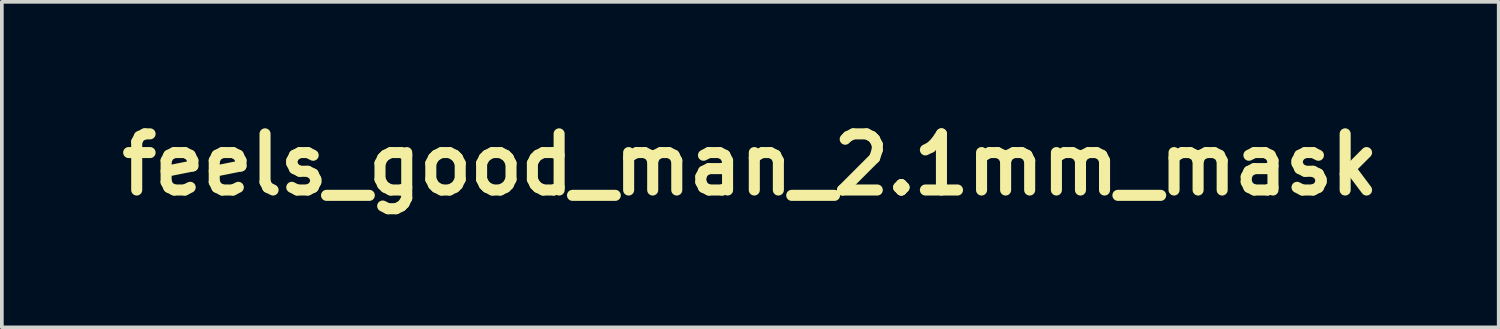
<source format=kicad_pcb>
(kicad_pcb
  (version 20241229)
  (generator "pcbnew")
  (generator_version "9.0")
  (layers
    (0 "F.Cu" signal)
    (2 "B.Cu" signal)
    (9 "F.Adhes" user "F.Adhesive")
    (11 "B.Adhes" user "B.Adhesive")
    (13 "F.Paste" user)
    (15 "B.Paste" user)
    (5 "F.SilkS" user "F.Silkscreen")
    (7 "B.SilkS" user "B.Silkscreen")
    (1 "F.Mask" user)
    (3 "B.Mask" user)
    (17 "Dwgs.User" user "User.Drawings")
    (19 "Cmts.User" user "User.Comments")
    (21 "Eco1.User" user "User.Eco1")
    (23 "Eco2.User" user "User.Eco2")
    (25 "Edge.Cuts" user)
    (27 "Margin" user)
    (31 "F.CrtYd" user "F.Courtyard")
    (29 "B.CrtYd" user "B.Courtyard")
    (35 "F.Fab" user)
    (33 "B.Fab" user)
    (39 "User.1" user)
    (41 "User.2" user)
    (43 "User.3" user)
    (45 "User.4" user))
  (footprint "feels_good_man_2.1mm_mask"
    (layer "F.Cu")
    (at 17.316 1.418)
    (property "Reference" "feels_good_man_2.1mm_mask" (at 0 0 0) (layer "F.SilkS") (effects (font (size 1.524 1.524) (thickness 0.3))))
    (attr board_only exclude_from_pos_files exclude_from_bom)
    (fp_poly (pts (xy 0.228 -0.91) (xy 0.235 -0.907) (xy 0.24 -0.899) (xy 0.243 -0.884) (xy 0.244 -0.858) (xy 0.245 -0.82) (xy 0.245 -0.81) (xy 0.246 -0.765) (xy 0.248 -0.721) (xy 0.251 -0.683) (xy 0.254 -0.665) (xy 0.26 -0.617) (xy 0.262 -0.57) (xy 0.261 -0.519) (xy 0.255 -0.462) (xy 0.244 -0.394) (xy 0.232 -0.332) (xy 0.223 -0.319) (xy 0.207 -0.313) (xy 0.191 -0.316) (xy 0.184 -0.325) (xy 0.183 -0.339) (xy 0.185 -0.363) (xy 0.187 -0.377) (xy 0.197 -0.438) (xy 0.203 -0.494) (xy 0.204 -0.552) (xy 0.202 -0.616) (xy 0.197 -0.682) (xy 0.192 -0.752) (xy 0.19 -0.812) (xy 0.191 -0.858) (xy 0.195 -0.891) (xy 0.202 -0.909) (xy 0.204 -0.911) (xy 0.218 -0.912) (xy 0.228 -0.91)) (stroke (width 0.01) (type solid)) (fill yes) (layer "F.Mask"))
    (fp_poly (pts (xy -0.247 -0.092) (xy -0.246 -0.091) (xy -0.211 -0.064) (xy -0.188 -0.03) (xy -0.178 0.01) (xy -0.18 0.05) (xy -0.197 0.087) (xy -0.199 0.09) (xy -0.232 0.122) (xy -0.274 0.148) (xy -0.319 0.164) (xy -0.327 0.166) (xy -0.351 0.168) (xy -0.368 0.163) (xy -0.388 0.148) (xy -0.39 0.146) (xy -0.405 0.132) (xy -0.414 0.119) (xy -0.418 0.101) (xy -0.421 0.075) (xy -0.422 0.055) (xy -0.373 0.055) (xy -0.372 0.062) (xy -0.362 0.094) (xy -0.344 0.11) (xy -0.32 0.112) (xy -0.289 0.098) (xy -0.271 0.086) (xy -0.247 0.068) (xy -0.235 0.053) (xy -0.23 0.037) (xy -0.229 0.019) (xy -0.236 -0.011) (xy -0.257 -0.037) (xy -0.286 -0.054) (xy -0.292 -0.056) (xy -0.32 -0.055) (xy -0.343 -0.04) (xy -0.362 -0.015) (xy -0.372 0.018) (xy -0.373 0.055) (xy -0.422 0.055) (xy -0.422 0.054) (xy -0.42 0.003) (xy -0.411 -0.036) (xy -0.392 -0.067) (xy -0.364 -0.091) (xy -0.328 -0.107) (xy -0.29 -0.107) (xy -0.247 -0.092)) (stroke (width 0.01) (type solid)) (fill yes) (layer "F.Mask"))
    (fp_poly (pts (xy 0.128 -0.13) (xy 0.149 -0.121) (xy 0.17 -0.105) (xy 0.181 -0.094) (xy 0.2 -0.074) (xy 0.211 -0.057) (xy 0.215 -0.038) (xy 0.216 -0.009) (xy 0.216 -0.006) (xy 0.211 0.046) (xy 0.197 0.086) (xy 0.171 0.116) (xy 0.14 0.134) (xy 0.107 0.147) (xy 0.069 0.155) (xy 0.032 0.159) (xy 0.001 0.158) (xy -0.019 0.152) (xy -0.037 0.134) (xy -0.054 0.104) (xy -0.068 0.069) (xy -0.075 0.033) (xy -0.076 0.027) (xy -0.025 0.027) (xy -0.02 0.065) (xy -0.005 0.091) (xy 0.011 0.102) (xy 0.025 0.106) (xy 0.042 0.106) (xy 0.066 0.102) (xy 0.101 0.093) (xy 0.103 0.092) (xy 0.134 0.077) (xy 0.154 0.053) (xy 0.165 0.024) (xy 0.166 -0.008) (xy 0.159 -0.038) (xy 0.142 -0.063) (xy 0.117 -0.08) (xy 0.089 -0.085) (xy 0.053 -0.077) (xy 0.019 -0.057) (xy -0.007 -0.028) (xy -0.023 0.006) (xy -0.025 0.027) (xy -0.076 0.027) (xy -0.076 0.018) (xy -0.068 -0.025) (xy -0.046 -0.065) (xy -0.014 -0.098) (xy 0.027 -0.121) (xy 0.072 -0.133) (xy 0.1 -0.133) (xy 0.128 -0.13)) (stroke (width 0.01) (type solid)) (fill yes) (layer "F.Mask"))
    (fp_poly (pts (xy 0.61 -0.74) (xy 0.626 -0.737) (xy 0.657 -0.724) (xy 0.685 -0.704) (xy 0.704 -0.682) (xy 0.711 -0.661) (xy 0.706 -0.643) (xy 0.692 -0.639) (xy 0.671 -0.648) (xy 0.656 -0.66) (xy 0.631 -0.678) (xy 0.606 -0.685) (xy 0.589 -0.686) (xy 0.554 -0.681) (xy 0.533 -0.667) (xy 0.524 -0.648) (xy 0.529 -0.625) (xy 0.546 -0.601) (xy 0.576 -0.579) (xy 0.589 -0.572) (xy 0.631 -0.544) (xy 0.662 -0.51) (xy 0.68 -0.47) (xy 0.682 -0.428) (xy 0.677 -0.404) (xy 0.658 -0.371) (xy 0.638 -0.354) (xy 0.603 -0.34) (xy 0.563 -0.334) (xy 0.527 -0.337) (xy 0.512 -0.342) (xy 0.49 -0.356) (xy 0.466 -0.376) (xy 0.462 -0.38) (xy 0.447 -0.398) (xy 0.442 -0.411) (xy 0.447 -0.426) (xy 0.447 -0.427) (xy 0.457 -0.443) (xy 0.468 -0.447) (xy 0.483 -0.437) (xy 0.501 -0.419) (xy 0.529 -0.397) (xy 0.557 -0.388) (xy 0.584 -0.392) (xy 0.605 -0.407) (xy 0.617 -0.433) (xy 0.618 -0.448) (xy 0.614 -0.471) (xy 0.599 -0.493) (xy 0.572 -0.515) (xy 0.54 -0.535) (xy 0.504 -0.561) (xy 0.482 -0.589) (xy 0.473 -0.623) (xy 0.472 -0.634) (xy 0.477 -0.675) (xy 0.496 -0.708) (xy 0.526 -0.731) (xy 0.565 -0.742) (xy 0.61 -0.74)) (stroke (width 0.01) (type solid)) (fill yes) (layer "F.Mask"))
    (fp_poly (pts (xy -0.516 -0.639) (xy -0.481 -0.617) (xy -0.455 -0.586) (xy -0.442 -0.547) (xy -0.44 -0.531) (xy -0.448 -0.501) (xy -0.472 -0.475) (xy -0.512 -0.453) (xy -0.535 -0.444) (xy -0.568 -0.433) (xy -0.588 -0.423) (xy -0.595 -0.413) (xy -0.593 -0.4) (xy -0.588 -0.389) (xy -0.566 -0.361) (xy -0.536 -0.348) (xy -0.5 -0.351) (xy -0.459 -0.368) (xy -0.458 -0.368) (xy -0.426 -0.384) (xy -0.402 -0.389) (xy -0.385 -0.381) (xy -0.382 -0.378) (xy -0.378 -0.369) (xy -0.385 -0.357) (xy -0.404 -0.34) (xy -0.408 -0.337) (xy -0.452 -0.307) (xy -0.494 -0.292) (xy -0.536 -0.291) (xy -0.564 -0.297) (xy -0.599 -0.316) (xy -0.627 -0.349) (xy -0.647 -0.395) (xy -0.658 -0.453) (xy -0.66 -0.5) (xy -0.659 -0.513) (xy -0.61 -0.513) (xy -0.608 -0.495) (xy -0.603 -0.485) (xy -0.589 -0.484) (xy -0.566 -0.491) (xy -0.538 -0.501) (xy -0.513 -0.512) (xy -0.496 -0.521) (xy -0.491 -0.527) (xy -0.496 -0.544) (xy -0.508 -0.565) (xy -0.522 -0.584) (xy -0.53 -0.591) (xy -0.555 -0.597) (xy -0.577 -0.588) (xy -0.596 -0.567) (xy -0.607 -0.537) (xy -0.61 -0.513) (xy -0.659 -0.513) (xy -0.655 -0.554) (xy -0.64 -0.596) (xy -0.615 -0.627) (xy -0.582 -0.643) (xy -0.556 -0.646) (xy -0.516 -0.639)) (stroke (width 0.01) (type solid)) (fill yes) (layer "F.Mask"))
    (fp_poly (pts (xy -0.108 -0.646) (xy -0.087 -0.633) (xy -0.076 -0.625) (xy -0.041 -0.594) (xy -0.022 -0.567) (xy -0.02 -0.543) (xy -0.035 -0.523) (xy -0.066 -0.505) (xy -0.099 -0.495) (xy -0.135 -0.484) (xy -0.17 -0.474) (xy -0.193 -0.466) (xy -0.229 -0.452) (xy -0.2 -0.419) (xy -0.184 -0.4) (xy -0.17 -0.391) (xy -0.152 -0.386) (xy -0.125 -0.386) (xy -0.117 -0.386) (xy -0.079 -0.389) (xy -0.048 -0.396) (xy -0.039 -0.4) (xy -0.015 -0.409) (xy 0.001 -0.406) (xy 0.016 -0.392) (xy 0.016 -0.378) (xy 0.003 -0.363) (xy -0.02 -0.35) (xy -0.05 -0.339) (xy -0.087 -0.332) (xy -0.117 -0.33) (xy -0.167 -0.336) (xy -0.203 -0.349) (xy -0.231 -0.367) (xy -0.255 -0.39) (xy -0.261 -0.398) (xy -0.273 -0.418) (xy -0.278 -0.438) (xy -0.278 -0.466) (xy -0.277 -0.478) (xy -0.27 -0.522) (xy -0.219 -0.522) (xy -0.211 -0.517) (xy -0.19 -0.52) (xy -0.157 -0.53) (xy -0.128 -0.54) (xy -0.102 -0.549) (xy -0.093 -0.552) (xy -0.072 -0.56) (xy -0.105 -0.58) (xy -0.138 -0.593) (xy -0.166 -0.591) (xy -0.191 -0.572) (xy -0.201 -0.559) (xy -0.216 -0.535) (xy -0.219 -0.522) (xy -0.27 -0.522) (xy -0.269 -0.524) (xy -0.254 -0.568) (xy -0.233 -0.605) (xy -0.211 -0.629) (xy -0.188 -0.64) (xy -0.158 -0.648) (xy -0.151 -0.65) (xy -0.127 -0.651) (xy -0.108 -0.646)) (stroke (width 0.01) (type solid)) (fill yes) (layer "F.Mask"))
    (fp_poly (pts (xy 0.978 0.516) (xy 1.009 0.539) (xy 1.032 0.577) (xy 1.048 0.63) (xy 1.057 0.698) (xy 1.059 0.77) (xy 1.058 0.82) (xy 1.055 0.855) (xy 1.051 0.878) (xy 1.043 0.891) (xy 1.032 0.897) (xy 1.023 0.897) (xy 1.016 0.896) (xy 1.011 0.889) (xy 1.009 0.874) (xy 1.008 0.848) (xy 1.008 0.819) (xy 1.006 0.77) (xy 1.001 0.718) (xy 0.994 0.669) (xy 0.985 0.626) (xy 0.975 0.593) (xy 0.965 0.574) (xy 0.95 0.555) (xy 0.902 0.57) (xy 0.872 0.582) (xy 0.846 0.597) (xy 0.834 0.606) (xy 0.82 0.631) (xy 0.811 0.668) (xy 0.808 0.711) (xy 0.81 0.756) (xy 0.817 0.799) (xy 0.829 0.834) (xy 0.834 0.844) (xy 0.844 0.868) (xy 0.846 0.89) (xy 0.838 0.906) (xy 0.833 0.909) (xy 0.821 0.913) (xy 0.812 0.911) (xy 0.803 0.898) (xy 0.796 0.888) (xy 0.781 0.856) (xy 0.765 0.812) (xy 0.75 0.761) (xy 0.736 0.705) (xy 0.725 0.651) (xy 0.72 0.612) (xy 0.716 0.575) (xy 0.714 0.544) (xy 0.714 0.523) (xy 0.715 0.516) (xy 0.729 0.508) (xy 0.746 0.511) (xy 0.761 0.523) (xy 0.762 0.524) (xy 0.768 0.545) (xy 0.77 0.567) (xy 0.77 0.593) (xy 0.801 0.564) (xy 0.841 0.535) (xy 0.889 0.516) (xy 0.939 0.508) (xy 0.941 0.508) (xy 0.978 0.516)) (stroke (width 0.01) (type solid)) (fill yes) (layer "F.Mask"))
    (fp_poly (pts (xy 0.453 0.516) (xy 0.497 0.535) (xy 0.533 0.565) (xy 0.554 0.597) (xy 0.56 0.616) (xy 0.567 0.647) (xy 0.574 0.685) (xy 0.58 0.727) (xy 0.585 0.769) (xy 0.589 0.806) (xy 0.59 0.835) (xy 0.589 0.852) (xy 0.589 0.853) (xy 0.578 0.861) (xy 0.565 0.864) (xy 0.545 0.867) (xy 0.519 0.874) (xy 0.512 0.876) (xy 0.472 0.885) (xy 0.427 0.888) (xy 0.386 0.883) (xy 0.367 0.877) (xy 0.335 0.855) (xy 0.317 0.822) (xy 0.311 0.785) (xy 0.312 0.779) (xy 0.364 0.779) (xy 0.368 0.808) (xy 0.382 0.824) (xy 0.406 0.832) (xy 0.444 0.837) (xy 0.471 0.833) (xy 0.492 0.822) (xy 0.496 0.818) (xy 0.514 0.795) (xy 0.52 0.767) (xy 0.513 0.741) (xy 0.506 0.731) (xy 0.49 0.722) (xy 0.464 0.715) (xy 0.449 0.713) (xy 0.41 0.715) (xy 0.383 0.729) (xy 0.367 0.754) (xy 0.364 0.779) (xy 0.312 0.779) (xy 0.318 0.739) (xy 0.337 0.703) (xy 0.368 0.677) (xy 0.407 0.663) (xy 0.455 0.661) (xy 0.489 0.668) (xy 0.508 0.673) (xy 0.515 0.669) (xy 0.516 0.654) (xy 0.516 0.652) (xy 0.509 0.627) (xy 0.49 0.602) (xy 0.464 0.58) (xy 0.438 0.569) (xy 0.402 0.566) (xy 0.369 0.58) (xy 0.345 0.599) (xy 0.322 0.621) (xy 0.313 0.596) (xy 0.309 0.568) (xy 0.321 0.544) (xy 0.35 0.524) (xy 0.361 0.52) (xy 0.407 0.511) (xy 0.453 0.516)) (stroke (width 0.01) (type solid)) (fill yes) (layer "F.Mask"))
    (fp_poly (pts (xy -0.793 -0.884) (xy -0.765 -0.873) (xy -0.764 -0.872) (xy -0.74 -0.852) (xy -0.718 -0.827) (xy -0.703 -0.799) (xy -0.693 -0.772) (xy -0.691 -0.749) (xy -0.698 -0.734) (xy -0.709 -0.73) (xy -0.723 -0.732) (xy -0.736 -0.745) (xy -0.744 -0.76) (xy -0.762 -0.788) (xy -0.784 -0.812) (xy -0.806 -0.829) (xy -0.825 -0.837) (xy -0.829 -0.836) (xy -0.842 -0.827) (xy -0.857 -0.804) (xy -0.872 -0.771) (xy -0.886 -0.733) (xy -0.898 -0.692) (xy -0.902 -0.672) (xy -0.907 -0.64) (xy -0.909 -0.615) (xy -0.909 -0.601) (xy -0.909 -0.599) (xy -0.899 -0.596) (xy -0.877 -0.594) (xy -0.846 -0.593) (xy -0.838 -0.593) (xy -0.8 -0.592) (xy -0.777 -0.588) (xy -0.766 -0.58) (xy -0.764 -0.568) (xy -0.766 -0.559) (xy -0.771 -0.551) (xy -0.781 -0.545) (xy -0.8 -0.542) (xy -0.832 -0.54) (xy -0.841 -0.54) (xy -0.91 -0.538) (xy -0.912 -0.404) (xy -0.915 -0.271) (xy -0.935 -0.271) (xy -0.953 -0.273) (xy -0.96 -0.278) (xy -0.962 -0.288) (xy -0.964 -0.312) (xy -0.967 -0.347) (xy -0.969 -0.389) (xy -0.97 -0.407) (xy -0.976 -0.53) (xy -1.009 -0.522) (xy -1.032 -0.517) (xy -1.044 -0.519) (xy -1.05 -0.525) (xy -1.052 -0.543) (xy -1.041 -0.561) (xy -1.018 -0.576) (xy -1.008 -0.58) (xy -0.992 -0.586) (xy -0.981 -0.595) (xy -0.972 -0.609) (xy -0.965 -0.631) (xy -0.958 -0.666) (xy -0.954 -0.688) (xy -0.937 -0.76) (xy -0.916 -0.816) (xy -0.891 -0.856) (xy -0.861 -0.88) (xy -0.826 -0.889) (xy -0.823 -0.889) (xy -0.793 -0.884)) (stroke (width 0.01) (type solid)) (fill yes) (layer "F.Mask"))
    (fp_poly (pts (xy 0.589 -0.266) (xy 0.596 -0.256) (xy 0.601 -0.238) (xy 0.606 -0.209) (xy 0.61 -0.168) (xy 0.614 -0.112) (xy 0.615 -0.096) (xy 0.621 -0.016) (xy 0.627 0.049) (xy 0.633 0.1) (xy 0.64 0.142) (xy 0.648 0.174) (xy 0.657 0.2) (xy 0.666 0.219) (xy 0.678 0.241) (xy 0.682 0.254) (xy 0.679 0.264) (xy 0.673 0.272) (xy 0.659 0.284) (xy 0.652 0.288) (xy 0.645 0.281) (xy 0.632 0.264) (xy 0.62 0.246) (xy 0.594 0.204) (xy 0.567 0.217) (xy 0.535 0.227) (xy 0.494 0.23) (xy 0.449 0.228) (xy 0.419 0.222) (xy 0.387 0.208) (xy 0.355 0.186) (xy 0.329 0.161) (xy 0.312 0.136) (xy 0.309 0.128) (xy 0.309 0.097) (xy 0.364 0.097) (xy 0.372 0.125) (xy 0.393 0.149) (xy 0.423 0.168) (xy 0.458 0.179) (xy 0.496 0.181) (xy 0.532 0.174) (xy 0.543 0.169) (xy 0.556 0.153) (xy 0.563 0.127) (xy 0.565 0.095) (xy 0.561 0.064) (xy 0.551 0.037) (xy 0.548 0.033) (xy 0.522 0.011) (xy 0.49 0.002) (xy 0.455 0.003) (xy 0.421 0.015) (xy 0.393 0.035) (xy 0.372 0.062) (xy 0.364 0.095) (xy 0.364 0.097) (xy 0.309 0.097) (xy 0.309 0.092) (xy 0.322 0.053) (xy 0.345 0.015) (xy 0.375 -0.019) (xy 0.41 -0.043) (xy 0.431 -0.052) (xy 0.455 -0.057) (xy 0.477 -0.057) (xy 0.506 -0.051) (xy 0.516 -0.048) (xy 0.543 -0.041) (xy 0.563 -0.035) (xy 0.57 -0.034) (xy 0.571 -0.041) (xy 0.569 -0.061) (xy 0.566 -0.078) (xy 0.563 -0.109) (xy 0.56 -0.148) (xy 0.557 -0.189) (xy 0.557 -0.194) (xy 0.556 -0.23) (xy 0.558 -0.253) (xy 0.561 -0.264) (xy 0.567 -0.269) (xy 0.579 -0.27) (xy 0.589 -0.266)) (stroke (width 0.01) (type solid)) (fill yes) (layer "F.Mask"))
    (fp_poly (pts (xy -0.375 0.539) (xy -0.368 0.552) (xy -0.358 0.571) (xy -0.352 0.581) (xy -0.352 0.582) (xy -0.344 0.58) (xy -0.326 0.572) (xy -0.317 0.567) (xy -0.286 0.555) (xy -0.255 0.555) (xy -0.25 0.555) (xy -0.209 0.566) (xy -0.18 0.583) (xy -0.159 0.611) (xy -0.151 0.626) (xy -0.139 0.649) (xy -0.13 0.665) (xy -0.126 0.669) (xy -0.119 0.662) (xy -0.106 0.646) (xy -0.094 0.631) (xy -0.061 0.594) (xy -0.025 0.573) (xy 0.009 0.567) (xy 0.051 0.575) (xy 0.088 0.599) (xy 0.118 0.638) (xy 0.142 0.691) (xy 0.152 0.725) (xy 0.161 0.764) (xy 0.169 0.807) (xy 0.176 0.849) (xy 0.18 0.883) (xy 0.182 0.901) (xy 0.175 0.91) (xy 0.159 0.916) (xy 0.143 0.918) (xy 0.138 0.916) (xy 0.133 0.905) (xy 0.127 0.882) (xy 0.12 0.85) (xy 0.115 0.826) (xy 0.109 0.785) (xy 0.102 0.748) (xy 0.095 0.719) (xy 0.093 0.709) (xy 0.077 0.675) (xy 0.054 0.645) (xy 0.027 0.626) (xy 0.015 0.622) (xy -0.002 0.621) (xy -0.018 0.629) (xy -0.034 0.645) (xy -0.054 0.669) (xy -0.076 0.699) (xy -0.085 0.712) (xy -0.111 0.752) (xy -0.097 0.812) (xy -0.09 0.848) (xy -0.088 0.871) (xy -0.093 0.884) (xy -0.105 0.889) (xy -0.114 0.889) (xy -0.126 0.886) (xy -0.138 0.874) (xy -0.148 0.852) (xy -0.159 0.819) (xy -0.171 0.771) (xy -0.177 0.742) (xy -0.186 0.705) (xy -0.194 0.673) (xy -0.201 0.65) (xy -0.204 0.643) (xy -0.224 0.621) (xy -0.254 0.61) (xy -0.265 0.61) (xy -0.281 0.611) (xy -0.292 0.618) (xy -0.3 0.631) (xy -0.305 0.653) (xy -0.308 0.687) (xy -0.309 0.734) (xy -0.309 0.766) (xy -0.309 0.893) (xy -0.332 0.896) (xy -0.356 0.899) (xy -0.354 0.832) (xy -0.354 0.803) (xy -0.356 0.776) (xy -0.361 0.748) (xy -0.37 0.713) (xy -0.383 0.669) (xy -0.388 0.653) (xy -0.401 0.612) (xy -0.412 0.578) (xy -0.419 0.552) (xy -0.422 0.539) (xy -0.422 0.538) (xy -0.413 0.534) (xy -0.4 0.53) (xy -0.386 0.529) (xy -0.375 0.539)) (stroke (width 0.01) (type solid)) (fill yes) (layer "F.Mask"))
    (fp_poly (pts (xy -0.585 -0.187) (xy -0.585 -0.187) (xy -0.58 -0.18) (xy -0.576 -0.165) (xy -0.573 -0.141) (xy -0.571 -0.104) (xy -0.57 -0.052) (xy -0.569 -0.049) (xy -0.568 0.002) (xy -0.565 0.054) (xy -0.561 0.101) (xy -0.556 0.138) (xy -0.555 0.146) (xy -0.551 0.173) (xy -0.548 0.196) (xy -0.547 0.219) (xy -0.549 0.243) (xy -0.553 0.273) (xy -0.559 0.311) (xy -0.569 0.361) (xy -0.576 0.394) (xy -0.588 0.451) (xy -0.6 0.493) (xy -0.611 0.523) (xy -0.624 0.542) (xy -0.64 0.553) (xy -0.661 0.558) (xy -0.681 0.559) (xy -0.702 0.558) (xy -0.719 0.552) (xy -0.735 0.539) (xy -0.756 0.517) (xy -0.79 0.475) (xy -0.811 0.436) (xy -0.821 0.396) (xy -0.823 0.35) (xy -0.823 0.345) (xy -0.818 0.327) (xy -0.805 0.322) (xy -0.785 0.329) (xy -0.775 0.349) (xy -0.772 0.371) (xy -0.766 0.401) (xy -0.749 0.436) (xy -0.727 0.47) (xy -0.707 0.491) (xy -0.691 0.503) (xy -0.678 0.506) (xy -0.667 0.498) (xy -0.657 0.478) (xy -0.646 0.444) (xy -0.634 0.396) (xy -0.633 0.389) (xy -0.623 0.34) (xy -0.614 0.292) (xy -0.607 0.248) (xy -0.603 0.21) (xy -0.601 0.181) (xy -0.602 0.164) (xy -0.605 0.161) (xy -0.616 0.163) (xy -0.637 0.168) (xy -0.648 0.17) (xy -0.683 0.175) (xy -0.723 0.173) (xy -0.763 0.166) (xy -0.797 0.155) (xy -0.82 0.141) (xy -0.821 0.14) (xy -0.844 0.104) (xy -0.855 0.061) (xy -0.853 0.026) (xy -0.803 0.026) (xy -0.8 0.064) (xy -0.793 0.083) (xy -0.782 0.098) (xy -0.769 0.108) (xy -0.748 0.114) (xy -0.716 0.117) (xy -0.696 0.117) (xy -0.67 0.117) (xy -0.655 0.114) (xy -0.646 0.104) (xy -0.638 0.087) (xy -0.628 0.046) (xy -0.629 0.004) (xy -0.64 -0.035) (xy -0.656 -0.059) (xy -0.681 -0.079) (xy -0.704 -0.084) (xy -0.733 -0.074) (xy -0.735 -0.073) (xy -0.769 -0.047) (xy -0.792 -0.013) (xy -0.803 0.026) (xy -0.853 0.026) (xy -0.853 0.015) (xy -0.84 -0.031) (xy -0.816 -0.072) (xy -0.781 -0.105) (xy -0.78 -0.106) (xy -0.758 -0.12) (xy -0.738 -0.127) (xy -0.714 -0.13) (xy -0.686 -0.13) (xy -0.629 -0.128) (xy -0.622 -0.159) (xy -0.613 -0.183) (xy -0.601 -0.192) (xy -0.585 -0.187)) (stroke (width 0.01) (type solid)) (fill yes) (layer "F.Mask")))
  (gr_rect
    (start -3 -3)
    (end 37.631 5.836)
    (stroke (width 0.1) (type default))
    (fill no)
    (layer "Edge.Cuts")))
</source>
